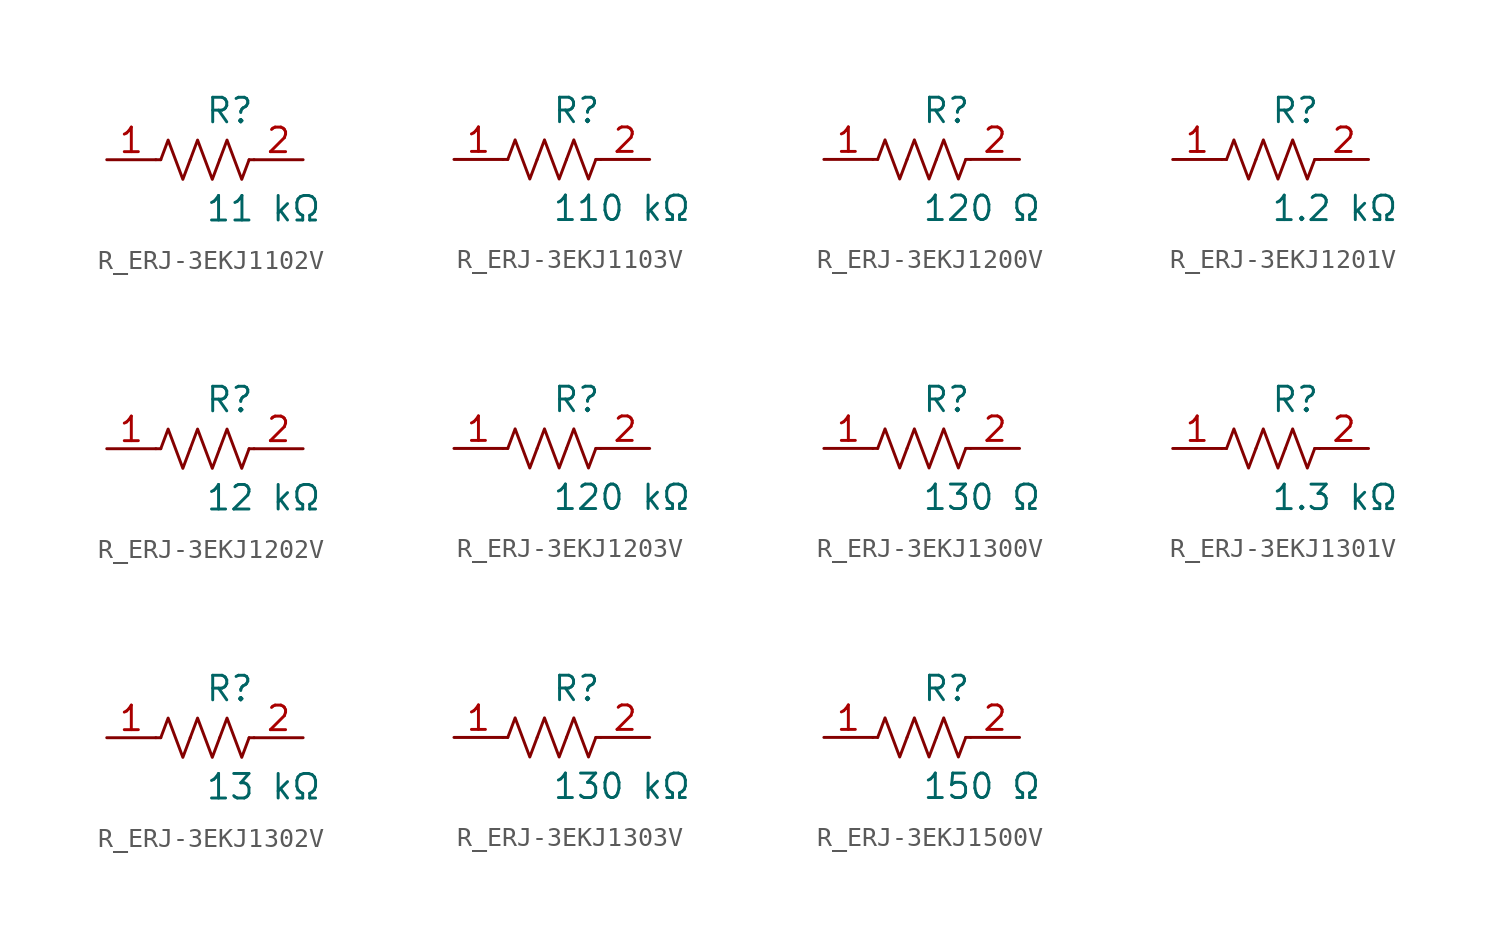
<source format=kicad_sym>
(kicad_symbol_lib
  (version 20231120)
  (generator "kicad_symbol_editor")
  (generator_version "8.0")
  (symbol "R_ERJ-3EKJ1102V"
    (pin_names
      (offset 0.254))
    (property "Reference" "R"
      (at 0 2.54 0)
      (effects (font (size 1.27 1.27)) (justify left)))
    (property "Value" "11 kΩ"
      (at 0 -2.54 0)
      (effects (font (size 1.27 1.27)) (justify left)))
    (symbol "R_ERJ-3EKJ1102V_0_1"
      (polyline (pts (xy 2.286 0) (xy 2.54 0)) (stroke (width 0) (type default)) (fill (type none)))
      (polyline (pts (xy -2.286 0) (xy -2.54 0)) (stroke (width 0) (type default)) (fill (type none)))
      (polyline (pts (xy 0.762 0) (xy 1.143 1.016) (xy 1.524 0) (xy 1.905 -1.016) (xy 2.286 0)) (stroke (width 0) (type default)) (fill (type none)))
      (polyline (pts (xy -0.762 0) (xy -0.381 1.016) (xy 0 0) (xy 0.381 -1.016) (xy 0.762 0)) (stroke (width 0) (type default)) (fill (type none)))
      (polyline (pts (xy -2.286 0) (xy -1.905 1.016) (xy -1.524 0) (xy -1.143 -1.016) (xy -0.762 0)) (stroke (width 0) (type default)) (fill (type none))))
    (pin unspecified line
      (at -5.08 0 0)
      (length 2.54)
      (name "" (effects (font (size 1.27 1.27))))
      (number "1" (effects (font (size 1.27 1.27)))))
    (pin unspecified line
      (at 5.08 0 180)
      (length 2.54)
      (name "" (effects (font (size 1.27 1.27))))
      (number "2" (effects (font (size 1.27 1.27))))))
  (symbol "R_ERJ-3EKJ1103V"
    (pin_names
      (offset 0.254))
    (property "Reference" "R"
      (at 0 2.54 0)
      (effects (font (size 1.27 1.27)) (justify left)))
    (property "Value" "110 kΩ"
      (at 0 -2.54 0)
      (effects (font (size 1.27 1.27)) (justify left)))
    (symbol "R_ERJ-3EKJ1103V_0_1"
      (polyline (pts (xy 2.286 0) (xy 2.54 0)) (stroke (width 0) (type default)) (fill (type none)))
      (polyline (pts (xy -2.286 0) (xy -2.54 0)) (stroke (width 0) (type default)) (fill (type none)))
      (polyline (pts (xy 0.762 0) (xy 1.143 1.016) (xy 1.524 0) (xy 1.905 -1.016) (xy 2.286 0)) (stroke (width 0) (type default)) (fill (type none)))
      (polyline (pts (xy -0.762 0) (xy -0.381 1.016) (xy 0 0) (xy 0.381 -1.016) (xy 0.762 0)) (stroke (width 0) (type default)) (fill (type none)))
      (polyline (pts (xy -2.286 0) (xy -1.905 1.016) (xy -1.524 0) (xy -1.143 -1.016) (xy -0.762 0)) (stroke (width 0) (type default)) (fill (type none))))
    (pin unspecified line
      (at -5.08 0 0)
      (length 2.54)
      (name "" (effects (font (size 1.27 1.27))))
      (number "1" (effects (font (size 1.27 1.27)))))
    (pin unspecified line
      (at 5.08 0 180)
      (length 2.54)
      (name "" (effects (font (size 1.27 1.27))))
      (number "2" (effects (font (size 1.27 1.27))))))
  (symbol "R_ERJ-3EKJ1200V"
    (pin_names
      (offset 0.254))
    (property "Reference" "R"
      (at 0 2.54 0)
      (effects (font (size 1.27 1.27)) (justify left)))
    (property "Value" "120 Ω"
      (at 0 -2.54 0)
      (effects (font (size 1.27 1.27)) (justify left)))
    (symbol "R_ERJ-3EKJ1200V_0_1"
      (polyline (pts (xy 2.286 0) (xy 2.54 0)) (stroke (width 0) (type default)) (fill (type none)))
      (polyline (pts (xy -2.286 0) (xy -2.54 0)) (stroke (width 0) (type default)) (fill (type none)))
      (polyline (pts (xy 0.762 0) (xy 1.143 1.016) (xy 1.524 0) (xy 1.905 -1.016) (xy 2.286 0)) (stroke (width 0) (type default)) (fill (type none)))
      (polyline (pts (xy -0.762 0) (xy -0.381 1.016) (xy 0 0) (xy 0.381 -1.016) (xy 0.762 0)) (stroke (width 0) (type default)) (fill (type none)))
      (polyline (pts (xy -2.286 0) (xy -1.905 1.016) (xy -1.524 0) (xy -1.143 -1.016) (xy -0.762 0)) (stroke (width 0) (type default)) (fill (type none))))
    (pin unspecified line
      (at -5.08 0 0)
      (length 2.54)
      (name "" (effects (font (size 1.27 1.27))))
      (number "1" (effects (font (size 1.27 1.27)))))
    (pin unspecified line
      (at 5.08 0 180)
      (length 2.54)
      (name "" (effects (font (size 1.27 1.27))))
      (number "2" (effects (font (size 1.27 1.27))))))
  (symbol "R_ERJ-3EKJ1201V"
    (pin_names
      (offset 0.254))
    (property "Reference" "R"
      (at 0 2.54 0)
      (effects (font (size 1.27 1.27)) (justify left)))
    (property "Value" "1.2 kΩ"
      (at 0 -2.54 0)
      (effects (font (size 1.27 1.27)) (justify left)))
    (symbol "R_ERJ-3EKJ1201V_0_1"
      (polyline (pts (xy 2.286 0) (xy 2.54 0)) (stroke (width 0) (type default)) (fill (type none)))
      (polyline (pts (xy -2.286 0) (xy -2.54 0)) (stroke (width 0) (type default)) (fill (type none)))
      (polyline (pts (xy 0.762 0) (xy 1.143 1.016) (xy 1.524 0) (xy 1.905 -1.016) (xy 2.286 0)) (stroke (width 0) (type default)) (fill (type none)))
      (polyline (pts (xy -0.762 0) (xy -0.381 1.016) (xy 0 0) (xy 0.381 -1.016) (xy 0.762 0)) (stroke (width 0) (type default)) (fill (type none)))
      (polyline (pts (xy -2.286 0) (xy -1.905 1.016) (xy -1.524 0) (xy -1.143 -1.016) (xy -0.762 0)) (stroke (width 0) (type default)) (fill (type none))))
    (pin unspecified line
      (at -5.08 0 0)
      (length 2.54)
      (name "" (effects (font (size 1.27 1.27))))
      (number "1" (effects (font (size 1.27 1.27)))))
    (pin unspecified line
      (at 5.08 0 180)
      (length 2.54)
      (name "" (effects (font (size 1.27 1.27))))
      (number "2" (effects (font (size 1.27 1.27))))))
  (symbol "R_ERJ-3EKJ1202V"
    (pin_names
      (offset 0.254))
    (property "Reference" "R"
      (at 0 2.54 0)
      (effects (font (size 1.27 1.27)) (justify left)))
    (property "Value" "12 kΩ"
      (at 0 -2.54 0)
      (effects (font (size 1.27 1.27)) (justify left)))
    (symbol "R_ERJ-3EKJ1202V_0_1"
      (polyline (pts (xy 2.286 0) (xy 2.54 0)) (stroke (width 0) (type default)) (fill (type none)))
      (polyline (pts (xy -2.286 0) (xy -2.54 0)) (stroke (width 0) (type default)) (fill (type none)))
      (polyline (pts (xy 0.762 0) (xy 1.143 1.016) (xy 1.524 0) (xy 1.905 -1.016) (xy 2.286 0)) (stroke (width 0) (type default)) (fill (type none)))
      (polyline (pts (xy -0.762 0) (xy -0.381 1.016) (xy 0 0) (xy 0.381 -1.016) (xy 0.762 0)) (stroke (width 0) (type default)) (fill (type none)))
      (polyline (pts (xy -2.286 0) (xy -1.905 1.016) (xy -1.524 0) (xy -1.143 -1.016) (xy -0.762 0)) (stroke (width 0) (type default)) (fill (type none))))
    (pin unspecified line
      (at -5.08 0 0)
      (length 2.54)
      (name "" (effects (font (size 1.27 1.27))))
      (number "1" (effects (font (size 1.27 1.27)))))
    (pin unspecified line
      (at 5.08 0 180)
      (length 2.54)
      (name "" (effects (font (size 1.27 1.27))))
      (number "2" (effects (font (size 1.27 1.27))))))
  (symbol "R_ERJ-3EKJ1203V"
    (pin_names
      (offset 0.254))
    (property "Reference" "R"
      (at 0 2.54 0)
      (effects (font (size 1.27 1.27)) (justify left)))
    (property "Value" "120 kΩ"
      (at 0 -2.54 0)
      (effects (font (size 1.27 1.27)) (justify left)))
    (symbol "R_ERJ-3EKJ1203V_0_1"
      (polyline (pts (xy 2.286 0) (xy 2.54 0)) (stroke (width 0) (type default)) (fill (type none)))
      (polyline (pts (xy -2.286 0) (xy -2.54 0)) (stroke (width 0) (type default)) (fill (type none)))
      (polyline (pts (xy 0.762 0) (xy 1.143 1.016) (xy 1.524 0) (xy 1.905 -1.016) (xy 2.286 0)) (stroke (width 0) (type default)) (fill (type none)))
      (polyline (pts (xy -0.762 0) (xy -0.381 1.016) (xy 0 0) (xy 0.381 -1.016) (xy 0.762 0)) (stroke (width 0) (type default)) (fill (type none)))
      (polyline (pts (xy -2.286 0) (xy -1.905 1.016) (xy -1.524 0) (xy -1.143 -1.016) (xy -0.762 0)) (stroke (width 0) (type default)) (fill (type none))))
    (pin unspecified line
      (at -5.08 0 0)
      (length 2.54)
      (name "" (effects (font (size 1.27 1.27))))
      (number "1" (effects (font (size 1.27 1.27)))))
    (pin unspecified line
      (at 5.08 0 180)
      (length 2.54)
      (name "" (effects (font (size 1.27 1.27))))
      (number "2" (effects (font (size 1.27 1.27))))))
  (symbol "R_ERJ-3EKJ1300V"
    (pin_names
      (offset 0.254))
    (property "Reference" "R"
      (at 0 2.54 0)
      (effects (font (size 1.27 1.27)) (justify left)))
    (property "Value" "130 Ω"
      (at 0 -2.54 0)
      (effects (font (size 1.27 1.27)) (justify left)))
    (symbol "R_ERJ-3EKJ1300V_0_1"
      (polyline (pts (xy 2.286 0) (xy 2.54 0)) (stroke (width 0) (type default)) (fill (type none)))
      (polyline (pts (xy -2.286 0) (xy -2.54 0)) (stroke (width 0) (type default)) (fill (type none)))
      (polyline (pts (xy 0.762 0) (xy 1.143 1.016) (xy 1.524 0) (xy 1.905 -1.016) (xy 2.286 0)) (stroke (width 0) (type default)) (fill (type none)))
      (polyline (pts (xy -0.762 0) (xy -0.381 1.016) (xy 0 0) (xy 0.381 -1.016) (xy 0.762 0)) (stroke (width 0) (type default)) (fill (type none)))
      (polyline (pts (xy -2.286 0) (xy -1.905 1.016) (xy -1.524 0) (xy -1.143 -1.016) (xy -0.762 0)) (stroke (width 0) (type default)) (fill (type none))))
    (pin unspecified line
      (at -5.08 0 0)
      (length 2.54)
      (name "" (effects (font (size 1.27 1.27))))
      (number "1" (effects (font (size 1.27 1.27)))))
    (pin unspecified line
      (at 5.08 0 180)
      (length 2.54)
      (name "" (effects (font (size 1.27 1.27))))
      (number "2" (effects (font (size 1.27 1.27))))))
  (symbol "R_ERJ-3EKJ1301V"
    (pin_names
      (offset 0.254))
    (property "Reference" "R"
      (at 0 2.54 0)
      (effects (font (size 1.27 1.27)) (justify left)))
    (property "Value" "1.3 kΩ"
      (at 0 -2.54 0)
      (effects (font (size 1.27 1.27)) (justify left)))
    (symbol "R_ERJ-3EKJ1301V_0_1"
      (polyline (pts (xy 2.286 0) (xy 2.54 0)) (stroke (width 0) (type default)) (fill (type none)))
      (polyline (pts (xy -2.286 0) (xy -2.54 0)) (stroke (width 0) (type default)) (fill (type none)))
      (polyline (pts (xy 0.762 0) (xy 1.143 1.016) (xy 1.524 0) (xy 1.905 -1.016) (xy 2.286 0)) (stroke (width 0) (type default)) (fill (type none)))
      (polyline (pts (xy -0.762 0) (xy -0.381 1.016) (xy 0 0) (xy 0.381 -1.016) (xy 0.762 0)) (stroke (width 0) (type default)) (fill (type none)))
      (polyline (pts (xy -2.286 0) (xy -1.905 1.016) (xy -1.524 0) (xy -1.143 -1.016) (xy -0.762 0)) (stroke (width 0) (type default)) (fill (type none))))
    (pin unspecified line
      (at -5.08 0 0)
      (length 2.54)
      (name "" (effects (font (size 1.27 1.27))))
      (number "1" (effects (font (size 1.27 1.27)))))
    (pin unspecified line
      (at 5.08 0 180)
      (length 2.54)
      (name "" (effects (font (size 1.27 1.27))))
      (number "2" (effects (font (size 1.27 1.27))))))
  (symbol "R_ERJ-3EKJ1302V"
    (pin_names
      (offset 0.254))
    (property "Reference" "R"
      (at 0 2.54 0)
      (effects (font (size 1.27 1.27)) (justify left)))
    (property "Value" "13 kΩ"
      (at 0 -2.54 0)
      (effects (font (size 1.27 1.27)) (justify left)))
    (symbol "R_ERJ-3EKJ1302V_0_1"
      (polyline (pts (xy 2.286 0) (xy 2.54 0)) (stroke (width 0) (type default)) (fill (type none)))
      (polyline (pts (xy -2.286 0) (xy -2.54 0)) (stroke (width 0) (type default)) (fill (type none)))
      (polyline (pts (xy 0.762 0) (xy 1.143 1.016) (xy 1.524 0) (xy 1.905 -1.016) (xy 2.286 0)) (stroke (width 0) (type default)) (fill (type none)))
      (polyline (pts (xy -0.762 0) (xy -0.381 1.016) (xy 0 0) (xy 0.381 -1.016) (xy 0.762 0)) (stroke (width 0) (type default)) (fill (type none)))
      (polyline (pts (xy -2.286 0) (xy -1.905 1.016) (xy -1.524 0) (xy -1.143 -1.016) (xy -0.762 0)) (stroke (width 0) (type default)) (fill (type none))))
    (pin unspecified line
      (at -5.08 0 0)
      (length 2.54)
      (name "" (effects (font (size 1.27 1.27))))
      (number "1" (effects (font (size 1.27 1.27)))))
    (pin unspecified line
      (at 5.08 0 180)
      (length 2.54)
      (name "" (effects (font (size 1.27 1.27))))
      (number "2" (effects (font (size 1.27 1.27))))))
  (symbol "R_ERJ-3EKJ1303V"
    (pin_names
      (offset 0.254))
    (property "Reference" "R"
      (at 0 2.54 0)
      (effects (font (size 1.27 1.27)) (justify left)))
    (property "Value" "130 kΩ"
      (at 0 -2.54 0)
      (effects (font (size 1.27 1.27)) (justify left)))
    (symbol "R_ERJ-3EKJ1303V_0_1"
      (polyline (pts (xy 2.286 0) (xy 2.54 0)) (stroke (width 0) (type default)) (fill (type none)))
      (polyline (pts (xy -2.286 0) (xy -2.54 0)) (stroke (width 0) (type default)) (fill (type none)))
      (polyline (pts (xy 0.762 0) (xy 1.143 1.016) (xy 1.524 0) (xy 1.905 -1.016) (xy 2.286 0)) (stroke (width 0) (type default)) (fill (type none)))
      (polyline (pts (xy -0.762 0) (xy -0.381 1.016) (xy 0 0) (xy 0.381 -1.016) (xy 0.762 0)) (stroke (width 0) (type default)) (fill (type none)))
      (polyline (pts (xy -2.286 0) (xy -1.905 1.016) (xy -1.524 0) (xy -1.143 -1.016) (xy -0.762 0)) (stroke (width 0) (type default)) (fill (type none))))
    (pin unspecified line
      (at -5.08 0 0)
      (length 2.54)
      (name "" (effects (font (size 1.27 1.27))))
      (number "1" (effects (font (size 1.27 1.27)))))
    (pin unspecified line
      (at 5.08 0 180)
      (length 2.54)
      (name "" (effects (font (size 1.27 1.27))))
      (number "2" (effects (font (size 1.27 1.27))))))
  (symbol "R_ERJ-3EKJ1500V"
    (pin_names
      (offset 0.254))
    (property "Reference" "R"
      (at 0 2.54 0)
      (effects (font (size 1.27 1.27)) (justify left)))
    (property "Value" "150 Ω"
      (at 0 -2.54 0)
      (effects (font (size 1.27 1.27)) (justify left)))
    (symbol "R_ERJ-3EKJ1500V_0_1"
      (polyline (pts (xy 2.286 0) (xy 2.54 0)) (stroke (width 0) (type default)) (fill (type none)))
      (polyline (pts (xy -2.286 0) (xy -2.54 0)) (stroke (width 0) (type default)) (fill (type none)))
      (polyline (pts (xy 0.762 0) (xy 1.143 1.016) (xy 1.524 0) (xy 1.905 -1.016) (xy 2.286 0)) (stroke (width 0) (type default)) (fill (type none)))
      (polyline (pts (xy -0.762 0) (xy -0.381 1.016) (xy 0 0) (xy 0.381 -1.016) (xy 0.762 0)) (stroke (width 0) (type default)) (fill (type none)))
      (polyline (pts (xy -2.286 0) (xy -1.905 1.016) (xy -1.524 0) (xy -1.143 -1.016) (xy -0.762 0)) (stroke (width 0) (type default)) (fill (type none))))
    (pin unspecified line
      (at -5.08 0 0)
      (length 2.54)
      (name "" (effects (font (size 1.27 1.27))))
      (number "1" (effects (font (size 1.27 1.27)))))
    (pin unspecified line
      (at 5.08 0 180)
      (length 2.54)
      (name "" (effects (font (size 1.27 1.27))))
      (number "2" (effects (font (size 1.27 1.27)))))))
</source>
